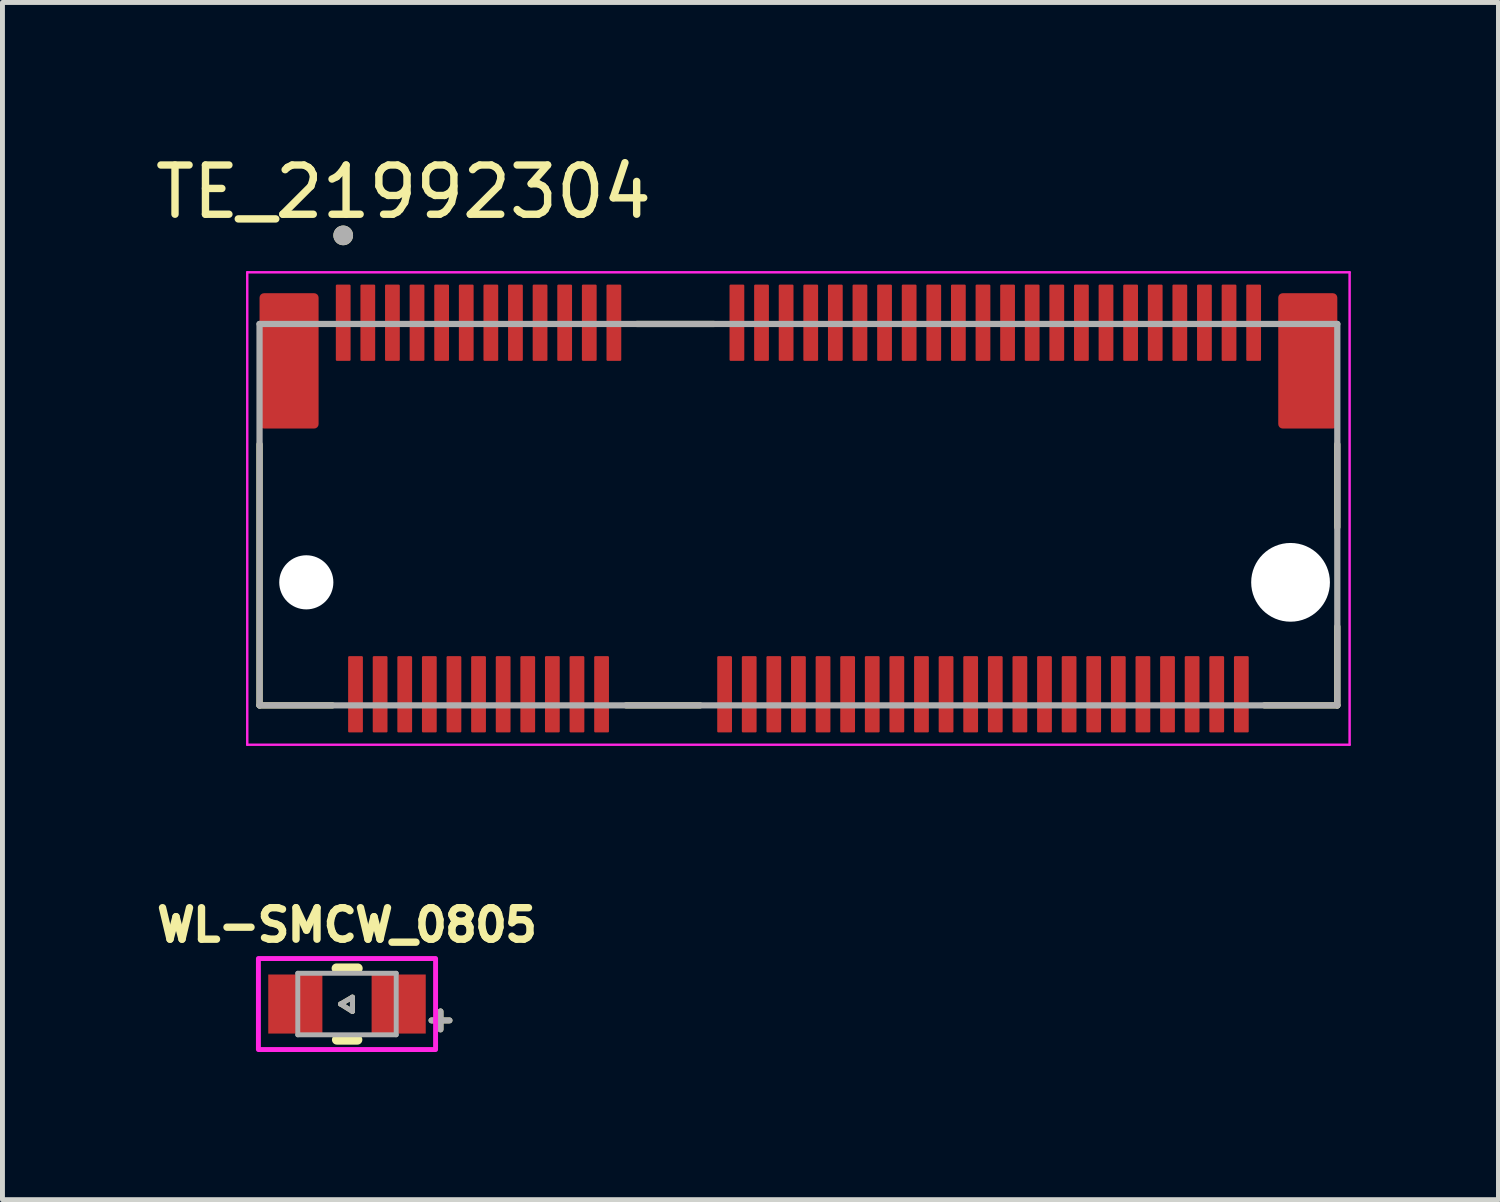
<source format=kicad_pcb>
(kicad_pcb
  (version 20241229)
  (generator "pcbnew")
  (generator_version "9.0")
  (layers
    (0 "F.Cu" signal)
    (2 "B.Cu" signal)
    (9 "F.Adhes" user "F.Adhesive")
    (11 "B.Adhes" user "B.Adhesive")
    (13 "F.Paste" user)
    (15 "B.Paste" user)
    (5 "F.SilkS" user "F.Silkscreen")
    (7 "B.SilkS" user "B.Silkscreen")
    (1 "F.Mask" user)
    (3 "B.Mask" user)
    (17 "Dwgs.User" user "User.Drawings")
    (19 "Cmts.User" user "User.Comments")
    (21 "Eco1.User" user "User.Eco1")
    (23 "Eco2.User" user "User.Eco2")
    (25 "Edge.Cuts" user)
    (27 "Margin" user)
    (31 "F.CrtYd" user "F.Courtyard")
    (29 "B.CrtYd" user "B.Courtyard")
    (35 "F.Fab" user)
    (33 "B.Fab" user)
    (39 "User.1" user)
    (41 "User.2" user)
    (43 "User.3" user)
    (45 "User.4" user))
  (footprint "TE_21992304"
    (layer "F.Cu")
    (at 13.174 8.783)
    (property "Reference" "TE_21992304" (at -8.025 -7.935 0) (layer "F.SilkS") (effects (font (size 1 1) (thickness 0.15))))
    (attr smd)
    (fp_line (start -10.95 2.5) (end -10.95 -2.805) (stroke (width 0.127) (type solid)) (layer "F.SilkS"))
    (fp_line (start -10.95 2.5) (end -9.47 2.5) (stroke (width 0.127) (type solid)) (layer "F.SilkS"))
    (fp_line (start -3.5 2.5) (end -2 2.5) (stroke (width 0.127) (type solid)) (layer "F.SilkS"))
    (fp_line (start -3.28 -5.25) (end -1.72 -5.25) (stroke (width 0.127) (type solid)) (layer "F.SilkS"))
    (fp_line (start 9.47 2.5) (end 10.95 2.5) (stroke (width 0.127) (type solid)) (layer "F.SilkS"))
    (fp_line (start 10.95 -2.805) (end 10.95 -1.12) (stroke (width 0.127) (type solid)) (layer "F.SilkS"))
    (fp_line (start 10.95 2.5) (end 10.95 0.9) (stroke (width 0.127) (type solid)) (layer "F.SilkS"))
    (fp_circle (center -9.25 -7.05) (end -9.15 -7.05) (stroke (width 0.2) (type solid)) (fill no) (layer "F.SilkS"))
    (fp_line (start -11.2 -6.3) (end -11.2 3.3) (stroke (width 0.05) (type solid)) (layer "F.CrtYd"))
    (fp_line (start -11.2 3.3) (end 11.2 3.3) (stroke (width 0.05) (type solid)) (layer "F.CrtYd"))
    (fp_line (start 11.2 -6.3) (end -11.2 -6.3) (stroke (width 0.05) (type solid)) (layer "F.CrtYd"))
    (fp_line (start 11.2 3.3) (end 11.2 -6.3) (stroke (width 0.05) (type solid)) (layer "F.CrtYd"))
    (fp_line (start -10.95 -5.25) (end 10.95 -5.25) (stroke (width 0.127) (type solid)) (layer "F.Fab"))
    (fp_line (start -10.95 2.5) (end -10.95 -5.25) (stroke (width 0.127) (type solid)) (layer "F.Fab"))
    (fp_line (start 10.95 -5.25) (end 10.95 2.5) (stroke (width 0.127) (type solid)) (layer "F.Fab"))
    (fp_line (start 10.95 2.5) (end -10.95 2.5) (stroke (width 0.127) (type solid)) (layer "F.Fab"))
    (fp_circle (center -9.25 -7.05) (end -9.15 -7.05) (stroke (width 0.2) (type solid)) (fill no) (layer "F.Fab"))
    (pad "" np_thru_hole circle (at -10 0) (size 1.1 1.1) (drill 1.1) (layers "*.Cu" "*.Mask"))
    (pad "" np_thru_hole circle (at 10 0) (size 1.6 1.6) (drill 1.6) (layers "*.Cu" "*.Mask"))
    (pad "1" smd roundrect (at -9.25 -5.275) (size 0.3 1.55) (layers "F.Cu" "F.Mask" "F.Paste") (roundrect_rratio 0.075))
    (pad "2" smd roundrect (at -9 2.275) (size 0.3 1.55) (layers "F.Cu" "F.Mask" "F.Paste") (roundrect_rratio 0.075))
    (pad "3" smd roundrect (at -8.75 -5.275) (size 0.3 1.55) (layers "F.Cu" "F.Mask" "F.Paste") (roundrect_rratio 0.075))
    (pad "4" smd roundrect (at -8.5 2.275) (size 0.3 1.55) (layers "F.Cu" "F.Mask" "F.Paste") (roundrect_rratio 0.075))
    (pad "5" smd roundrect (at -8.25 -5.275) (size 0.3 1.55) (layers "F.Cu" "F.Mask" "F.Paste") (roundrect_rratio 0.075))
    (pad "6" smd roundrect (at -8 2.275) (size 0.3 1.55) (layers "F.Cu" "F.Mask" "F.Paste") (roundrect_rratio 0.075))
    (pad "7" smd roundrect (at -7.75 -5.275) (size 0.3 1.55) (layers "F.Cu" "F.Mask" "F.Paste") (roundrect_rratio 0.075))
    (pad "8" smd roundrect (at -7.5 2.275) (size 0.3 1.55) (layers "F.Cu" "F.Mask" "F.Paste") (roundrect_rratio 0.075))
    (pad "9" smd roundrect (at -7.25 -5.275) (size 0.3 1.55) (layers "F.Cu" "F.Mask" "F.Paste") (roundrect_rratio 0.075))
    (pad "10" smd roundrect (at -7 2.275) (size 0.3 1.55) (layers "F.Cu" "F.Mask" "F.Paste") (roundrect_rratio 0.075))
    (pad "11" smd roundrect (at -6.75 -5.275) (size 0.3 1.55) (layers "F.Cu" "F.Mask" "F.Paste") (roundrect_rratio 0.075))
    (pad "12" smd roundrect (at -6.5 2.275) (size 0.3 1.55) (layers "F.Cu" "F.Mask" "F.Paste") (roundrect_rratio 0.075))
    (pad "13" smd roundrect (at -6.25 -5.275) (size 0.3 1.55) (layers "F.Cu" "F.Mask" "F.Paste") (roundrect_rratio 0.075))
    (pad "14" smd roundrect (at -6 2.275) (size 0.3 1.55) (layers "F.Cu" "F.Mask" "F.Paste") (roundrect_rratio 0.075))
    (pad "15" smd roundrect (at -5.75 -5.275) (size 0.3 1.55) (layers "F.Cu" "F.Mask" "F.Paste") (roundrect_rratio 0.075))
    (pad "16" smd roundrect (at -5.5 2.275) (size 0.3 1.55) (layers "F.Cu" "F.Mask" "F.Paste") (roundrect_rratio 0.075))
    (pad "17" smd roundrect (at -5.25 -5.275) (size 0.3 1.55) (layers "F.Cu" "F.Mask" "F.Paste") (roundrect_rratio 0.075))
    (pad "18" smd roundrect (at -5 2.275) (size 0.3 1.55) (layers "F.Cu" "F.Mask" "F.Paste") (roundrect_rratio 0.075))
    (pad "19" smd roundrect (at -4.75 -5.275) (size 0.3 1.55) (layers "F.Cu" "F.Mask" "F.Paste") (roundrect_rratio 0.075))
    (pad "20" smd roundrect (at -4.5 2.275) (size 0.3 1.55) (layers "F.Cu" "F.Mask" "F.Paste") (roundrect_rratio 0.075))
    (pad "21" smd roundrect (at -4.25 -5.275) (size 0.3 1.55) (layers "F.Cu" "F.Mask" "F.Paste") (roundrect_rratio 0.075))
    (pad "22" smd roundrect (at -4 2.275) (size 0.3 1.55) (layers "F.Cu" "F.Mask" "F.Paste") (roundrect_rratio 0.075))
    (pad "23" smd roundrect (at -3.75 -5.275) (size 0.3 1.55) (layers "F.Cu" "F.Mask" "F.Paste") (roundrect_rratio 0.075))
    (pad "32" smd roundrect (at -1.5 2.275) (size 0.3 1.55) (layers "F.Cu" "F.Mask" "F.Paste") (roundrect_rratio 0.075))
    (pad "33" smd roundrect (at -1.25 -5.275) (size 0.3 1.55) (layers "F.Cu" "F.Mask" "F.Paste") (roundrect_rratio 0.075))
    (pad "34" smd roundrect (at -1 2.275) (size 0.3 1.55) (layers "F.Cu" "F.Mask" "F.Paste") (roundrect_rratio 0.075))
    (pad "35" smd roundrect (at -0.75 -5.275) (size 0.3 1.55) (layers "F.Cu" "F.Mask" "F.Paste") (roundrect_rratio 0.075))
    (pad "36" smd roundrect (at -0.5 2.275) (size 0.3 1.55) (layers "F.Cu" "F.Mask" "F.Paste") (roundrect_rratio 0.075))
    (pad "37" smd roundrect (at -0.25 -5.275) (size 0.3 1.55) (layers "F.Cu" "F.Mask" "F.Paste") (roundrect_rratio 0.075))
    (pad "38" smd roundrect (at 0 2.275) (size 0.3 1.55) (layers "F.Cu" "F.Mask" "F.Paste") (roundrect_rratio 0.075))
    (pad "39" smd roundrect (at 0.25 -5.275) (size 0.3 1.55) (layers "F.Cu" "F.Mask" "F.Paste") (roundrect_rratio 0.075))
    (pad "40" smd roundrect (at 0.5 2.275) (size 0.3 1.55) (layers "F.Cu" "F.Mask" "F.Paste") (roundrect_rratio 0.075))
    (pad "41" smd roundrect (at 0.75 -5.275) (size 0.3 1.55) (layers "F.Cu" "F.Mask" "F.Paste") (roundrect_rratio 0.075))
    (pad "42" smd roundrect (at 1 2.275) (size 0.3 1.55) (layers "F.Cu" "F.Mask" "F.Paste") (roundrect_rratio 0.075))
    (pad "43" smd roundrect (at 1.25 -5.275) (size 0.3 1.55) (layers "F.Cu" "F.Mask" "F.Paste") (roundrect_rratio 0.075))
    (pad "44" smd roundrect (at 1.5 2.275) (size 0.3 1.55) (layers "F.Cu" "F.Mask" "F.Paste") (roundrect_rratio 0.075))
    (pad "45" smd roundrect (at 1.75 -5.275) (size 0.3 1.55) (layers "F.Cu" "F.Mask" "F.Paste") (roundrect_rratio 0.075))
    (pad "46" smd roundrect (at 2 2.275) (size 0.3 1.55) (layers "F.Cu" "F.Mask" "F.Paste") (roundrect_rratio 0.075))
    (pad "47" smd roundrect (at 2.25 -5.275) (size 0.3 1.55) (layers "F.Cu" "F.Mask" "F.Paste") (roundrect_rratio 0.075))
    (pad "48" smd roundrect (at 2.5 2.275) (size 0.3 1.55) (layers "F.Cu" "F.Mask" "F.Paste") (roundrect_rratio 0.075))
    (pad "49" smd roundrect (at 2.75 -5.275) (size 0.3 1.55) (layers "F.Cu" "F.Mask" "F.Paste") (roundrect_rratio 0.075))
    (pad "50" smd roundrect (at 3 2.275) (size 0.3 1.55) (layers "F.Cu" "F.Mask" "F.Paste") (roundrect_rratio 0.075))
    (pad "51" smd roundrect (at 3.25 -5.275) (size 0.3 1.55) (layers "F.Cu" "F.Mask" "F.Paste") (roundrect_rratio 0.075))
    (pad "52" smd roundrect (at 3.5 2.275) (size 0.3 1.55) (layers "F.Cu" "F.Mask" "F.Paste") (roundrect_rratio 0.075))
    (pad "53" smd roundrect (at 3.75 -5.275) (size 0.3 1.55) (layers "F.Cu" "F.Mask" "F.Paste") (roundrect_rratio 0.075))
    (pad "54" smd roundrect (at 4 2.275) (size 0.3 1.55) (layers "F.Cu" "F.Mask" "F.Paste") (roundrect_rratio 0.075))
    (pad "55" smd roundrect (at 4.25 -5.275) (size 0.3 1.55) (layers "F.Cu" "F.Mask" "F.Paste") (roundrect_rratio 0.075))
    (pad "56" smd roundrect (at 4.5 2.275) (size 0.3 1.55) (layers "F.Cu" "F.Mask" "F.Paste") (roundrect_rratio 0.075))
    (pad "57" smd roundrect (at 4.75 -5.275) (size 0.3 1.55) (layers "F.Cu" "F.Mask" "F.Paste") (roundrect_rratio 0.075))
    (pad "58" smd roundrect (at 5 2.275) (size 0.3 1.55) (layers "F.Cu" "F.Mask" "F.Paste") (roundrect_rratio 0.075))
    (pad "59" smd roundrect (at 5.25 -5.275) (size 0.3 1.55) (layers "F.Cu" "F.Mask" "F.Paste") (roundrect_rratio 0.075))
    (pad "60" smd roundrect (at 5.5 2.275) (size 0.3 1.55) (layers "F.Cu" "F.Mask" "F.Paste") (roundrect_rratio 0.075))
    (pad "61" smd roundrect (at 5.75 -5.275) (size 0.3 1.55) (layers "F.Cu" "F.Mask" "F.Paste") (roundrect_rratio 0.075))
    (pad "62" smd roundrect (at 6 2.275) (size 0.3 1.55) (layers "F.Cu" "F.Mask" "F.Paste") (roundrect_rratio 0.075))
    (pad "63" smd roundrect (at 6.25 -5.275) (size 0.3 1.55) (layers "F.Cu" "F.Mask" "F.Paste") (roundrect_rratio 0.075))
    (pad "64" smd roundrect (at 6.5 2.275) (size 0.3 1.55) (layers "F.Cu" "F.Mask" "F.Paste") (roundrect_rratio 0.075))
    (pad "65" smd roundrect (at 6.75 -5.275) (size 0.3 1.55) (layers "F.Cu" "F.Mask" "F.Paste") (roundrect_rratio 0.075))
    (pad "66" smd roundrect (at 7 2.275) (size 0.3 1.55) (layers "F.Cu" "F.Mask" "F.Paste") (roundrect_rratio 0.075))
    (pad "67" smd roundrect (at 7.25 -5.275) (size 0.3 1.55) (layers "F.Cu" "F.Mask" "F.Paste") (roundrect_rratio 0.075))
    (pad "68" smd roundrect (at 7.5 2.275) (size 0.3 1.55) (layers "F.Cu" "F.Mask" "F.Paste") (roundrect_rratio 0.075))
    (pad "69" smd roundrect (at 7.75 -5.275) (size 0.3 1.55) (layers "F.Cu" "F.Mask" "F.Paste") (roundrect_rratio 0.075))
    (pad "70" smd roundrect (at 8 2.275) (size 0.3 1.55) (layers "F.Cu" "F.Mask" "F.Paste") (roundrect_rratio 0.075))
    (pad "71" smd roundrect (at 8.25 -5.275) (size 0.3 1.55) (layers "F.Cu" "F.Mask" "F.Paste") (roundrect_rratio 0.075))
    (pad "72" smd roundrect (at 8.5 2.275) (size 0.3 1.55) (layers "F.Cu" "F.Mask" "F.Paste") (roundrect_rratio 0.075))
    (pad "73" smd roundrect (at 8.75 -5.275) (size 0.3 1.55) (layers "F.Cu" "F.Mask" "F.Paste") (roundrect_rratio 0.075))
    (pad "74" smd roundrect (at 9 2.275) (size 0.3 1.55) (layers "F.Cu" "F.Mask" "F.Paste") (roundrect_rratio 0.075))
    (pad "75" smd roundrect (at 9.25 -5.275) (size 0.3 1.55) (layers "F.Cu" "F.Mask" "F.Paste") (roundrect_rratio 0.075))
    (pad "S1" smd roundrect (at -10.35 -4.5) (size 1.2 2.75) (layers "F.Cu" "F.Mask" "F.Paste") (roundrect_rratio 0.075))
    (pad "S2" smd roundrect (at 10.35 -4.5) (size 1.2 2.75) (layers "F.Cu" "F.Mask" "F.Paste") (roundrect_rratio 0.075)))
  (footprint "WL-SMCW_0805"
    (layer "F.Cu")
    (at 4.001 17.352)
    (property "Reference" "WL-SMCW_0805" (at 0 -1.606 0) (layer "F.SilkS") (effects (font (size 0.64 0.64) (thickness 0.15))))
    (attr smd)
    (fp_line (start -0.213 -0.725) (end 0.219 -0.725) (stroke (width 0.2) (type solid)) (layer "F.SilkS"))
    (fp_line (start -0.206 0.725) (end 0.212 0.725) (stroke (width 0.2) (type solid)) (layer "F.SilkS"))
    (fp_line (start -0.13 0) (end 0.11 -0.14) (stroke (width 0.1) (type solid)) (layer "F.SilkS"))
    (fp_line (start 0.11 -0.14) (end 0.11 0.15) (stroke (width 0.1) (type solid)) (layer "F.SilkS"))
    (fp_line (start 0.11 0.15) (end -0.13 0) (stroke (width 0.1) (type solid)) (layer "F.SilkS"))
    (fp_poly (pts (xy -1.8 -0.925) (xy 1.8 -0.925) (xy 1.8 0.925) (xy -1.8 0.925)) (stroke (width 0.1) (type solid)) (fill no) (layer "F.CrtYd"))
    (fp_line (start -1 -0.625) (end 1 -0.625) (stroke (width 0.1) (type solid)) (layer "F.Fab"))
    (fp_line (start -1 0.625) (end -1 -0.625) (stroke (width 0.1) (type solid)) (layer "F.Fab"))
    (fp_line (start -1 0.625) (end 1 0.625) (stroke (width 0.1) (type solid)) (layer "F.Fab"))
    (fp_line (start -0.13 0) (end 0.11 -0.14) (stroke (width 0.1) (type solid)) (layer "F.Fab"))
    (fp_line (start 0.11 -0.14) (end 0.11 0.15) (stroke (width 0.1) (type solid)) (layer "F.Fab"))
    (fp_line (start 0.11 0.15) (end -0.13 0) (stroke (width 0.1) (type solid)) (layer "F.Fab"))
    (fp_line (start 1 -0.625) (end 1 0.625) (stroke (width 0.1) (type solid)) (layer "F.Fab"))
    (fp_text user "+" (at 1.9 0.3 0) (layer "F.SilkS") (effects (font (size 0.48 0.48) (thickness 0.15))))
    (fp_text user "+" (at 1.9 0.3 0) (layer "F.Fab") (effects (font (size 0.48 0.48) (thickness 0.15))))
    (pad "1" smd rect (at -1.05 0) (size 1.1 1.2) (layers "F.Cu" "F.Mask" "F.Paste"))
    (pad "2" smd rect (at 1.05 0) (size 1.1 1.2) (layers "F.Cu" "F.Mask" "F.Paste")))
  (gr_rect
    (start -3 -3)
    (end 27.399 21.327)
    (stroke (width 0.1) (type default))
    (fill no)
    (layer "Edge.Cuts")))
</source>
